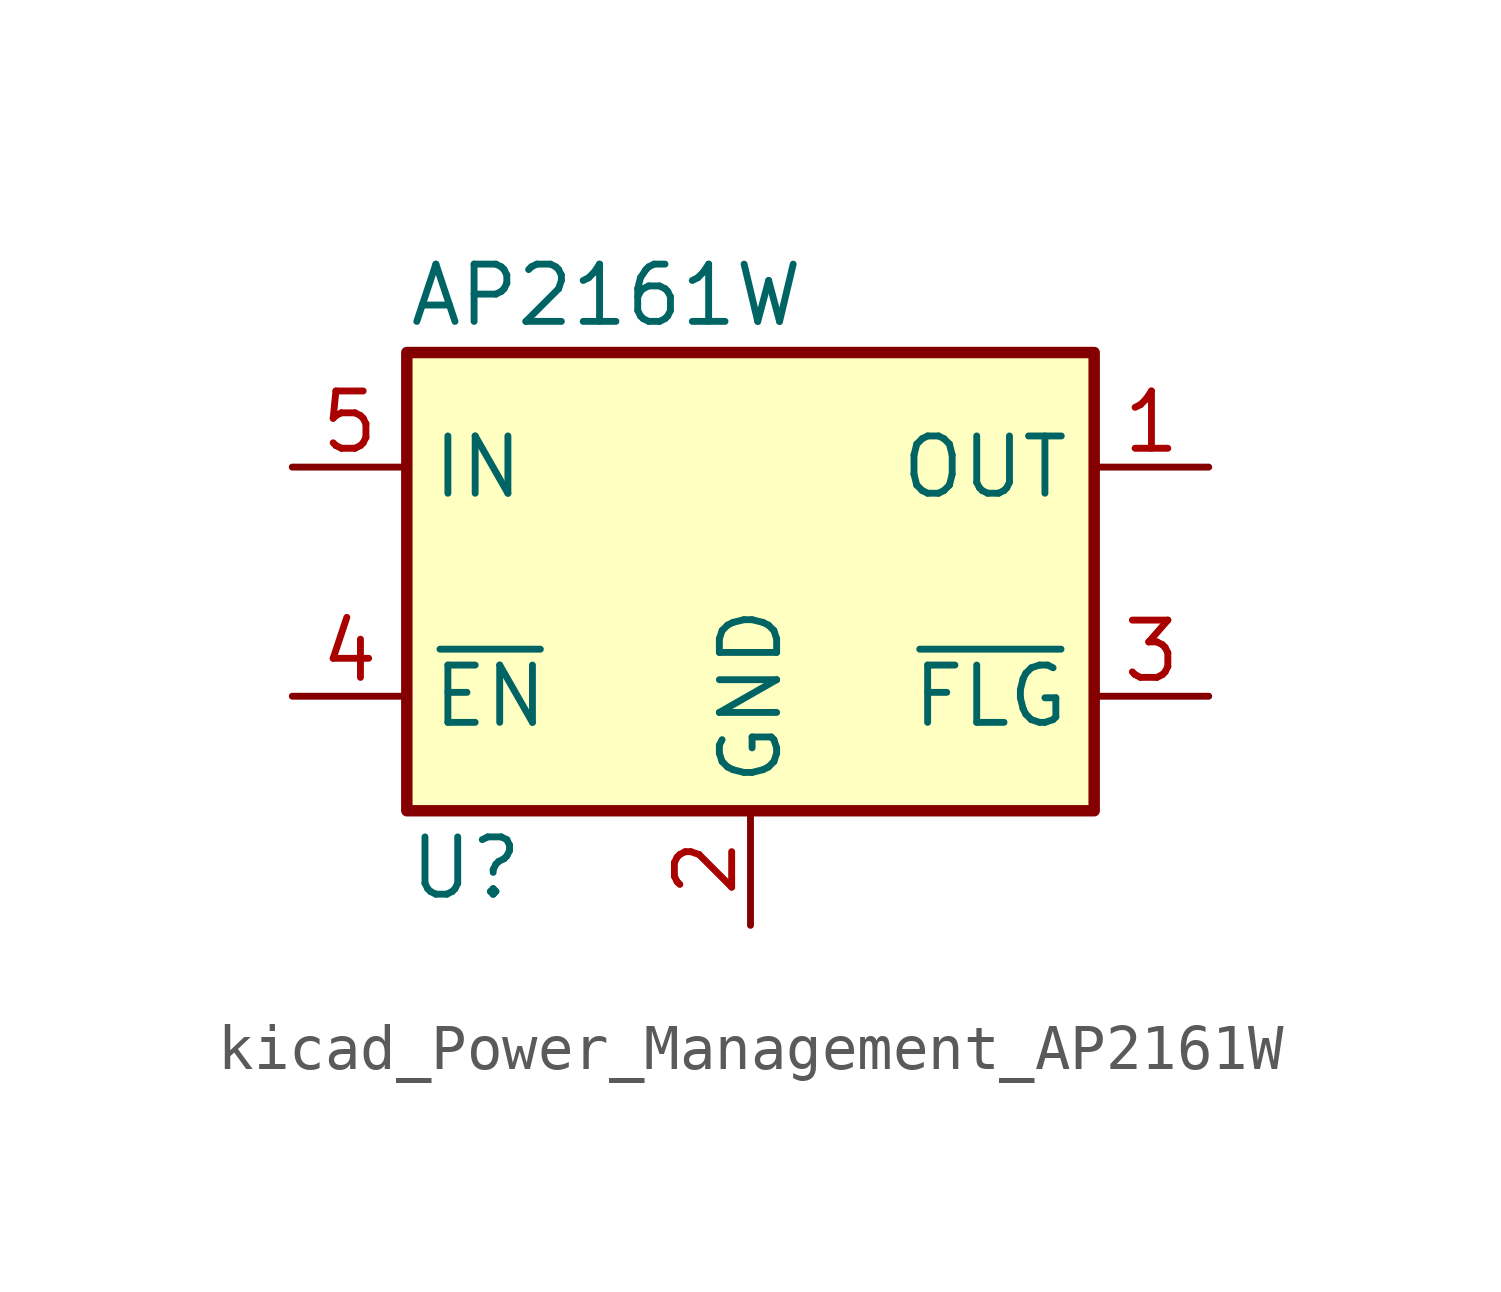
<source format=kicad_sym>
(kicad_symbol_lib
  (version 20220914)
  (generator kicad_symbol_editor)
  (symbol "kicad_Power_Management_AP2161W"
    (property "Reference" "U"
      (at -7.62 -6.35 0)
      (effects (font (size 1.27 1.27)) (justify left)))
    (property "Value" "AP2161W"
      (at -7.62 6.35 0)
      (effects (font (size 1.27 1.27)) (justify left)))
    (symbol "kicad_Power_Management_AP2161W_0_1"
      (rectangle (start -7.62 5.08) (end 7.62 -5.08) (stroke (width 0.254) (type default)) (fill (type background))))
    (symbol "kicad_Power_Management_AP2161W_1_1"
      (pin power_out line (at 10.16 2.54 180) (length 2.54) (name "OUT" (effects (font (size 1.27 1.27)))) (number "1" (effects (font (size 1.27 1.27)))))
      (pin power_in line (at 0 -7.62 90) (length 2.54) (name "GND" (effects (font (size 1.27 1.27)))) (number "2" (effects (font (size 1.27 1.27)))))
      (pin open_collector line (at 10.16 -2.54 180) (length 2.54) (name "~{FLG}" (effects (font (size 1.27 1.27)))) (number "3" (effects (font (size 1.27 1.27)))))
      (pin input line (at -10.16 -2.54 0) (length 2.54) (name "~{EN}" (effects (font (size 1.27 1.27)))) (number "4" (effects (font (size 1.27 1.27)))))
      (pin power_in line (at -10.16 2.54 0) (length 2.54) (name "IN" (effects (font (size 1.27 1.27)))) (number "5" (effects (font (size 1.27 1.27))))))))
</source>
